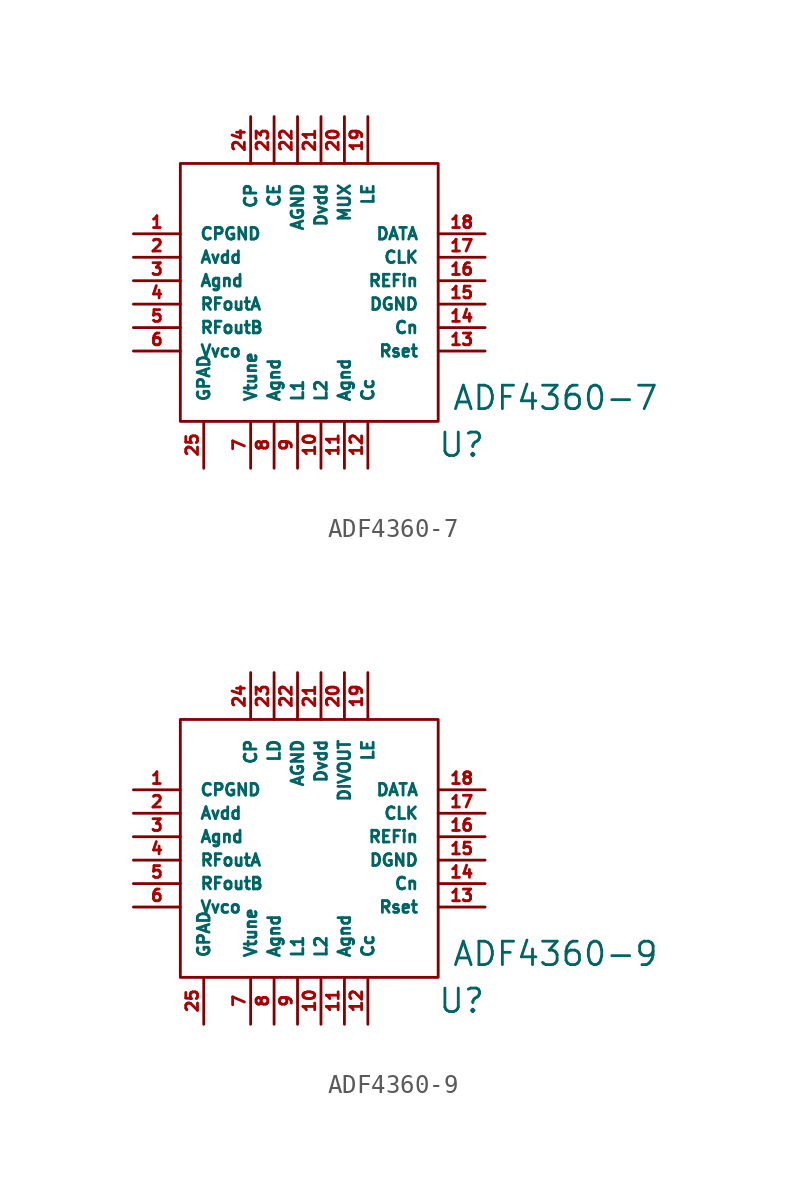
<source format=kicad_sym>
(kicad_symbol_lib
  (version 20220914)
  (generator kicad_symbol_editor)
  (symbol "ADF4360-7"
    (pin_names
      (offset 1.016))
    (property "Reference" "U"
      (at 8.89 -7.62 0)
      (effects (font (size 1.27 1.27))))
    (property "Value" "ADF4360-7"
      (at 13.97 -5.08 0)
      (effects (font (size 1.27 1.27))))
    (symbol "ADF4360-7_0_1"
      (rectangle (start -6.35 -6.35) (end 7.62 7.62) (stroke (width 0) (type solid)) (fill (type none))))
    (symbol "ADF4360-7_1_1"
      (pin power_in line (at -8.89 3.81 0) (length 2.54) (name "CPGND" (effects (font (size 0.635 0.635)))) (number "1" (effects (font (size 0.635 0.635)))))
      (pin passive line (at 1.27 -8.89 90) (length 2.54) (name "L2" (effects (font (size 0.635 0.635)))) (number "10" (effects (font (size 0.635 0.635)))))
      (pin power_in line (at 2.54 -8.89 90) (length 2.54) (name "Agnd" (effects (font (size 0.635 0.635)))) (number "11" (effects (font (size 0.635 0.635)))))
      (pin passive line (at 3.81 -8.89 90) (length 2.54) (name "Cc" (effects (font (size 0.635 0.635)))) (number "12" (effects (font (size 0.635 0.635)))))
      (pin passive line (at 10.16 -2.54 180) (length 2.54) (name "Rset" (effects (font (size 0.635 0.635)))) (number "13" (effects (font (size 0.635 0.635)))))
      (pin passive line (at 10.16 -1.27 180) (length 2.54) (name "Cn" (effects (font (size 0.635 0.635)))) (number "14" (effects (font (size 0.635 0.635)))))
      (pin power_in line (at 10.16 0 180) (length 2.54) (name "DGND" (effects (font (size 0.635 0.635)))) (number "15" (effects (font (size 0.635 0.635)))))
      (pin input line (at 10.16 1.27 180) (length 2.54) (name "REFin" (effects (font (size 0.635 0.635)))) (number "16" (effects (font (size 0.635 0.635)))))
      (pin input line (at 10.16 2.54 180) (length 2.54) (name "CLK" (effects (font (size 0.635 0.635)))) (number "17" (effects (font (size 0.635 0.635)))))
      (pin input line (at 10.16 3.81 180) (length 2.54) (name "DATA" (effects (font (size 0.635 0.635)))) (number "18" (effects (font (size 0.635 0.635)))))
      (pin input line (at 3.81 10.16 270) (length 2.54) (name "LE" (effects (font (size 0.635 0.635)))) (number "19" (effects (font (size 0.635 0.635)))))
      (pin power_in line (at -8.89 2.54 0) (length 2.54) (name "Avdd" (effects (font (size 0.635 0.635)))) (number "2" (effects (font (size 0.635 0.635)))))
      (pin output line (at 2.54 10.16 270) (length 2.54) (name "MUX" (effects (font (size 0.635 0.635)))) (number "20" (effects (font (size 0.635 0.635)))))
      (pin power_in line (at 1.27 10.16 270) (length 2.54) (name "Dvdd" (effects (font (size 0.635 0.635)))) (number "21" (effects (font (size 0.635 0.635)))))
      (pin power_in line (at 0 10.16 270) (length 2.54) (name "AGND" (effects (font (size 0.635 0.635)))) (number "22" (effects (font (size 0.635 0.635)))))
      (pin input line (at -1.27 10.16 270) (length 2.54) (name "CE" (effects (font (size 0.635 0.635)))) (number "23" (effects (font (size 0.635 0.635)))))
      (pin output line (at -2.54 10.16 270) (length 2.54) (name "CP" (effects (font (size 0.635 0.635)))) (number "24" (effects (font (size 0.635 0.635)))))
      (pin power_in line (at -5.08 -8.89 90) (length 2.54) (name "GPAD" (effects (font (size 0.635 0.635)))) (number "25" (effects (font (size 0.635 0.635)))))
      (pin power_in line (at -8.89 1.27 0) (length 2.54) (name "Agnd" (effects (font (size 0.635 0.635)))) (number "3" (effects (font (size 0.635 0.635)))))
      (pin output line (at -8.89 0 0) (length 2.54) (name "RFoutA" (effects (font (size 0.635 0.635)))) (number "4" (effects (font (size 0.635 0.635)))))
      (pin output line (at -8.89 -1.27 0) (length 2.54) (name "RFoutB" (effects (font (size 0.635 0.635)))) (number "5" (effects (font (size 0.635 0.635)))))
      (pin power_in line (at -8.89 -2.54 0) (length 2.54) (name "Vvco" (effects (font (size 0.635 0.635)))) (number "6" (effects (font (size 0.635 0.635)))))
      (pin power_in line (at -2.54 -8.89 90) (length 2.54) (name "Vtune" (effects (font (size 0.635 0.635)))) (number "7" (effects (font (size 0.635 0.635)))))
      (pin power_in line (at -1.27 -8.89 90) (length 2.54) (name "Agnd" (effects (font (size 0.635 0.635)))) (number "8" (effects (font (size 0.635 0.635)))))
      (pin passive line (at 0 -8.89 90) (length 2.54) (name "L1" (effects (font (size 0.635 0.635)))) (number "9" (effects (font (size 0.635 0.635)))))))
  (symbol "ADF4360-9"
    (pin_names
      (offset 1.016))
    (property "Reference" "U"
      (at 8.89 -7.62 0)
      (effects (font (size 1.27 1.27))))
    (property "Value" "ADF4360-9"
      (at 13.97 -5.08 0)
      (effects (font (size 1.27 1.27))))
    (symbol "ADF4360-9_0_1"
      (rectangle (start -6.35 -6.35) (end 7.62 7.62) (stroke (width 0) (type solid)) (fill (type none))))
    (symbol "ADF4360-9_1_1"
      (pin power_in line (at -8.89 3.81 0) (length 2.54) (name "CPGND" (effects (font (size 0.635 0.635)))) (number "1" (effects (font (size 0.635 0.635)))))
      (pin passive line (at 1.27 -8.89 90) (length 2.54) (name "L2" (effects (font (size 0.635 0.635)))) (number "10" (effects (font (size 0.635 0.635)))))
      (pin power_in line (at 2.54 -8.89 90) (length 2.54) (name "Agnd" (effects (font (size 0.635 0.635)))) (number "11" (effects (font (size 0.635 0.635)))))
      (pin passive line (at 3.81 -8.89 90) (length 2.54) (name "Cc" (effects (font (size 0.635 0.635)))) (number "12" (effects (font (size 0.635 0.635)))))
      (pin passive line (at 10.16 -2.54 180) (length 2.54) (name "Rset" (effects (font (size 0.635 0.635)))) (number "13" (effects (font (size 0.635 0.635)))))
      (pin passive line (at 10.16 -1.27 180) (length 2.54) (name "Cn" (effects (font (size 0.635 0.635)))) (number "14" (effects (font (size 0.635 0.635)))))
      (pin power_in line (at 10.16 0 180) (length 2.54) (name "DGND" (effects (font (size 0.635 0.635)))) (number "15" (effects (font (size 0.635 0.635)))))
      (pin input line (at 10.16 1.27 180) (length 2.54) (name "REFin" (effects (font (size 0.635 0.635)))) (number "16" (effects (font (size 0.635 0.635)))))
      (pin input line (at 10.16 2.54 180) (length 2.54) (name "CLK" (effects (font (size 0.635 0.635)))) (number "17" (effects (font (size 0.635 0.635)))))
      (pin input line (at 10.16 3.81 180) (length 2.54) (name "DATA" (effects (font (size 0.635 0.635)))) (number "18" (effects (font (size 0.635 0.635)))))
      (pin input line (at 3.81 10.16 270) (length 2.54) (name "LE" (effects (font (size 0.635 0.635)))) (number "19" (effects (font (size 0.635 0.635)))))
      (pin power_in line (at -8.89 2.54 0) (length 2.54) (name "Avdd" (effects (font (size 0.635 0.635)))) (number "2" (effects (font (size 0.635 0.635)))))
      (pin output line (at 2.54 10.16 270) (length 2.54) (name "DIVOUT" (effects (font (size 0.635 0.635)))) (number "20" (effects (font (size 0.635 0.635)))))
      (pin power_in line (at 1.27 10.16 270) (length 2.54) (name "Dvdd" (effects (font (size 0.635 0.635)))) (number "21" (effects (font (size 0.635 0.635)))))
      (pin power_in line (at 0 10.16 270) (length 2.54) (name "AGND" (effects (font (size 0.635 0.635)))) (number "22" (effects (font (size 0.635 0.635)))))
      (pin output line (at -1.27 10.16 270) (length 2.54) (name "LD" (effects (font (size 0.635 0.635)))) (number "23" (effects (font (size 0.635 0.635)))))
      (pin output line (at -2.54 10.16 270) (length 2.54) (name "CP" (effects (font (size 0.635 0.635)))) (number "24" (effects (font (size 0.635 0.635)))))
      (pin power_in line (at -5.08 -8.89 90) (length 2.54) (name "GPAD" (effects (font (size 0.635 0.635)))) (number "25" (effects (font (size 0.635 0.635)))))
      (pin power_in line (at -8.89 1.27 0) (length 2.54) (name "Agnd" (effects (font (size 0.635 0.635)))) (number "3" (effects (font (size 0.635 0.635)))))
      (pin output line (at -8.89 0 0) (length 2.54) (name "RFoutA" (effects (font (size 0.635 0.635)))) (number "4" (effects (font (size 0.635 0.635)))))
      (pin output line (at -8.89 -1.27 0) (length 2.54) (name "RFoutB" (effects (font (size 0.635 0.635)))) (number "5" (effects (font (size 0.635 0.635)))))
      (pin power_in line (at -8.89 -2.54 0) (length 2.54) (name "Vvco" (effects (font (size 0.635 0.635)))) (number "6" (effects (font (size 0.635 0.635)))))
      (pin power_in line (at -2.54 -8.89 90) (length 2.54) (name "Vtune" (effects (font (size 0.635 0.635)))) (number "7" (effects (font (size 0.635 0.635)))))
      (pin power_in line (at -1.27 -8.89 90) (length 2.54) (name "Agnd" (effects (font (size 0.635 0.635)))) (number "8" (effects (font (size 0.635 0.635)))))
      (pin passive line (at 0 -8.89 90) (length 2.54) (name "L1" (effects (font (size 0.635 0.635)))) (number "9" (effects (font (size 0.635 0.635))))))))
</source>
